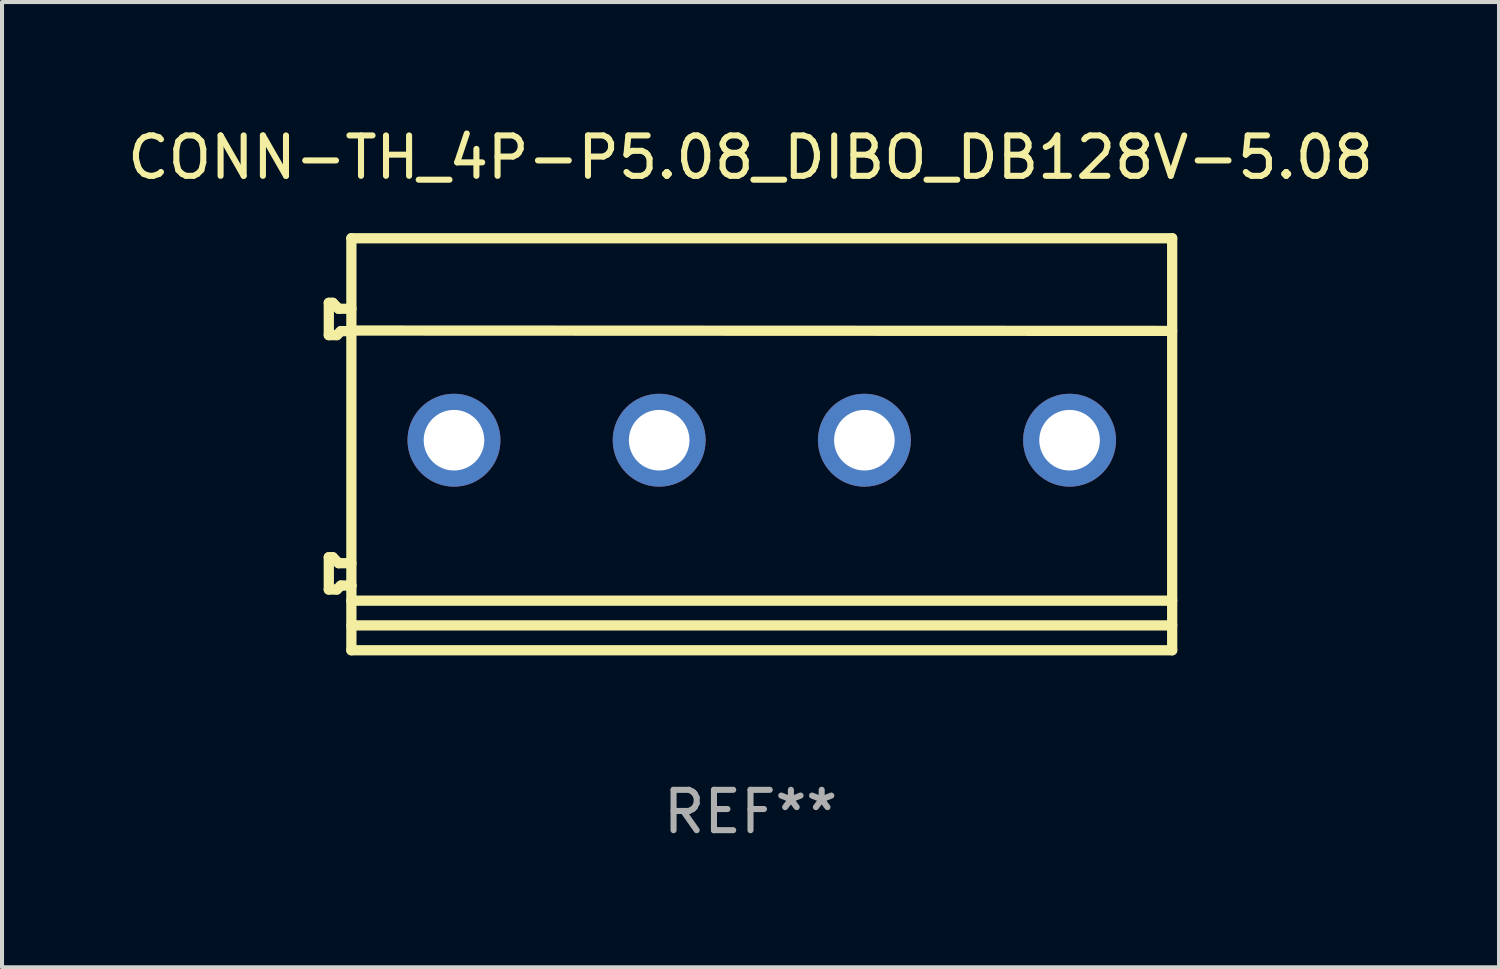
<source format=kicad_pcb>
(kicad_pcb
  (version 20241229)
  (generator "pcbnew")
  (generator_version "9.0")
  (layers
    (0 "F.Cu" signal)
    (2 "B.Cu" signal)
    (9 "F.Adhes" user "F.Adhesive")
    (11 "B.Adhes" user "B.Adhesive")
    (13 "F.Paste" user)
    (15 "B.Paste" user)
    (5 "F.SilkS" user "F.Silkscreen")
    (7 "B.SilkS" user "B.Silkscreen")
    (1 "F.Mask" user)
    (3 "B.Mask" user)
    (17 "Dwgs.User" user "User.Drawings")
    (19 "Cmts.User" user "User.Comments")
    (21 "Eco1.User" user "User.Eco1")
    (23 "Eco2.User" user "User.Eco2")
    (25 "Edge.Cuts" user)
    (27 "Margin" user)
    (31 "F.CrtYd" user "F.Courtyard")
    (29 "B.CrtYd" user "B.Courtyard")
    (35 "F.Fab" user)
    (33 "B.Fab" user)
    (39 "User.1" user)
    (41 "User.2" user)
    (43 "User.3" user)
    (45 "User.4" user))
  (footprint "CONN-TH_4P-P5.08_DIBO_DB128V-5.08"
    (layer "F.Cu")
    (at 15.809 7.848)
    (property "Reference" "CONN-TH_4P-P5.08_DIBO_DB128V-5.08" (at -0.279 -7 0) (layer "F.SilkS") (effects (font (size 1 1) (thickness 0.15))))
    (attr through_hole)
    (fp_line (start -10.719 -3.401) (end -10.719 -2.601) (stroke (width 0.254) (type solid)) (layer "F.SilkS"))
    (fp_line (start -10.719 -2.601) (end -10.521 -2.601) (stroke (width 0.254) (type solid)) (layer "F.SilkS"))
    (fp_line (start -10.719 2.897) (end -10.719 3.697) (stroke (width 0.254) (type solid)) (layer "F.SilkS"))
    (fp_line (start -10.719 3.697) (end -10.521 3.697) (stroke (width 0.254) (type solid)) (layer "F.SilkS"))
    (fp_line (start -10.62 -3.401) (end -10.719 -3.401) (stroke (width 0.254) (type solid)) (layer "F.SilkS"))
    (fp_line (start -10.62 2.897) (end -10.719 2.897) (stroke (width 0.254) (type solid)) (layer "F.SilkS"))
    (fp_line (start -10.521 -2.601) (end -10.42 -2.7) (stroke (width 0.254) (type solid)) (layer "F.SilkS"))
    (fp_line (start -10.521 3.697) (end -10.42 3.598) (stroke (width 0.254) (type solid)) (layer "F.SilkS"))
    (fp_line (start -10.475 -3.254) (end -10.62 -3.401) (stroke (width 0.254) (type solid)) (layer "F.SilkS"))
    (fp_line (start -10.475 3.045) (end -10.62 2.897) (stroke (width 0.254) (type solid)) (layer "F.SilkS"))
    (fp_line (start -10.42 -2.7) (end -10.16 -2.7) (stroke (width 0.254) (type solid)) (layer "F.SilkS"))
    (fp_line (start -10.42 3.598) (end -10.16 3.598) (stroke (width 0.254) (type solid)) (layer "F.SilkS"))
    (fp_line (start -10.16 -5) (end -10.16 5.2) (stroke (width 0.254) (type solid)) (layer "F.SilkS"))
    (fp_line (start -10.16 -5) (end 10.16 -5) (stroke (width 0.254) (type solid)) (layer "F.SilkS"))
    (fp_line (start -10.16 -3.254) (end -10.475 -3.254) (stroke (width 0.254) (type solid)) (layer "F.SilkS"))
    (fp_line (start -10.16 -2.715) (end 10.16 -2.706) (stroke (width 0.254) (type solid)) (layer "F.SilkS"))
    (fp_line (start -10.16 -2.7) (end -10.12 -2.7) (stroke (width 0.254) (type solid)) (layer "F.SilkS"))
    (fp_line (start -10.16 3.045) (end -10.475 3.045) (stroke (width 0.254) (type solid)) (layer "F.SilkS"))
    (fp_line (start -10.16 3.598) (end -10.22 3.6) (stroke (width 0.254) (type solid)) (layer "F.SilkS"))
    (fp_line (start -10.16 3.973) (end 10.16 3.973) (stroke (width 0.254) (type solid)) (layer "F.SilkS"))
    (fp_line (start -10.16 4.585) (end 10.16 4.585) (stroke (width 0.254) (type solid)) (layer "F.SilkS"))
    (fp_line (start -10.16 5.2) (end 10.16 5.2) (stroke (width 0.254) (type solid)) (layer "F.SilkS"))
    (fp_line (start 10.16 -5) (end 10.16 5.2) (stroke (width 0.254) (type solid)) (layer "F.SilkS"))
    (fp_circle (center -10.16 5.2) (end -10.13 5.2) (stroke (width 0.06) (type solid)) (fill no) (layer "F.SilkS"))
    (fp_text user "REF**" (at -0.279 9.2 0) (layer "F.Fab") (effects (font (size 1 1) (thickness 0.15))))
    (pad "1" thru_hole circle (at -7.62 0) (size 2.3 2.3) (drill 1.5) (layers "*.Cu" "*.Mask"))
    (pad "2" thru_hole circle (at -2.54 0) (size 2.3 2.3) (drill 1.5) (layers "*.Cu" "*.Mask"))
    (pad "3" thru_hole circle (at 2.54 0) (size 2.3 2.3) (drill 1.5) (layers "*.Cu" "*.Mask"))
    (pad "4" thru_hole circle (at 7.62 0) (size 2.3 2.3) (drill 1.5) (layers "*.Cu" "*.Mask")))
  (gr_rect
    (start -3 -3)
    (end 34.06 20.897)
    (stroke (width 0.1) (type default))
    (fill no)
    (layer "Edge.Cuts")))
</source>
